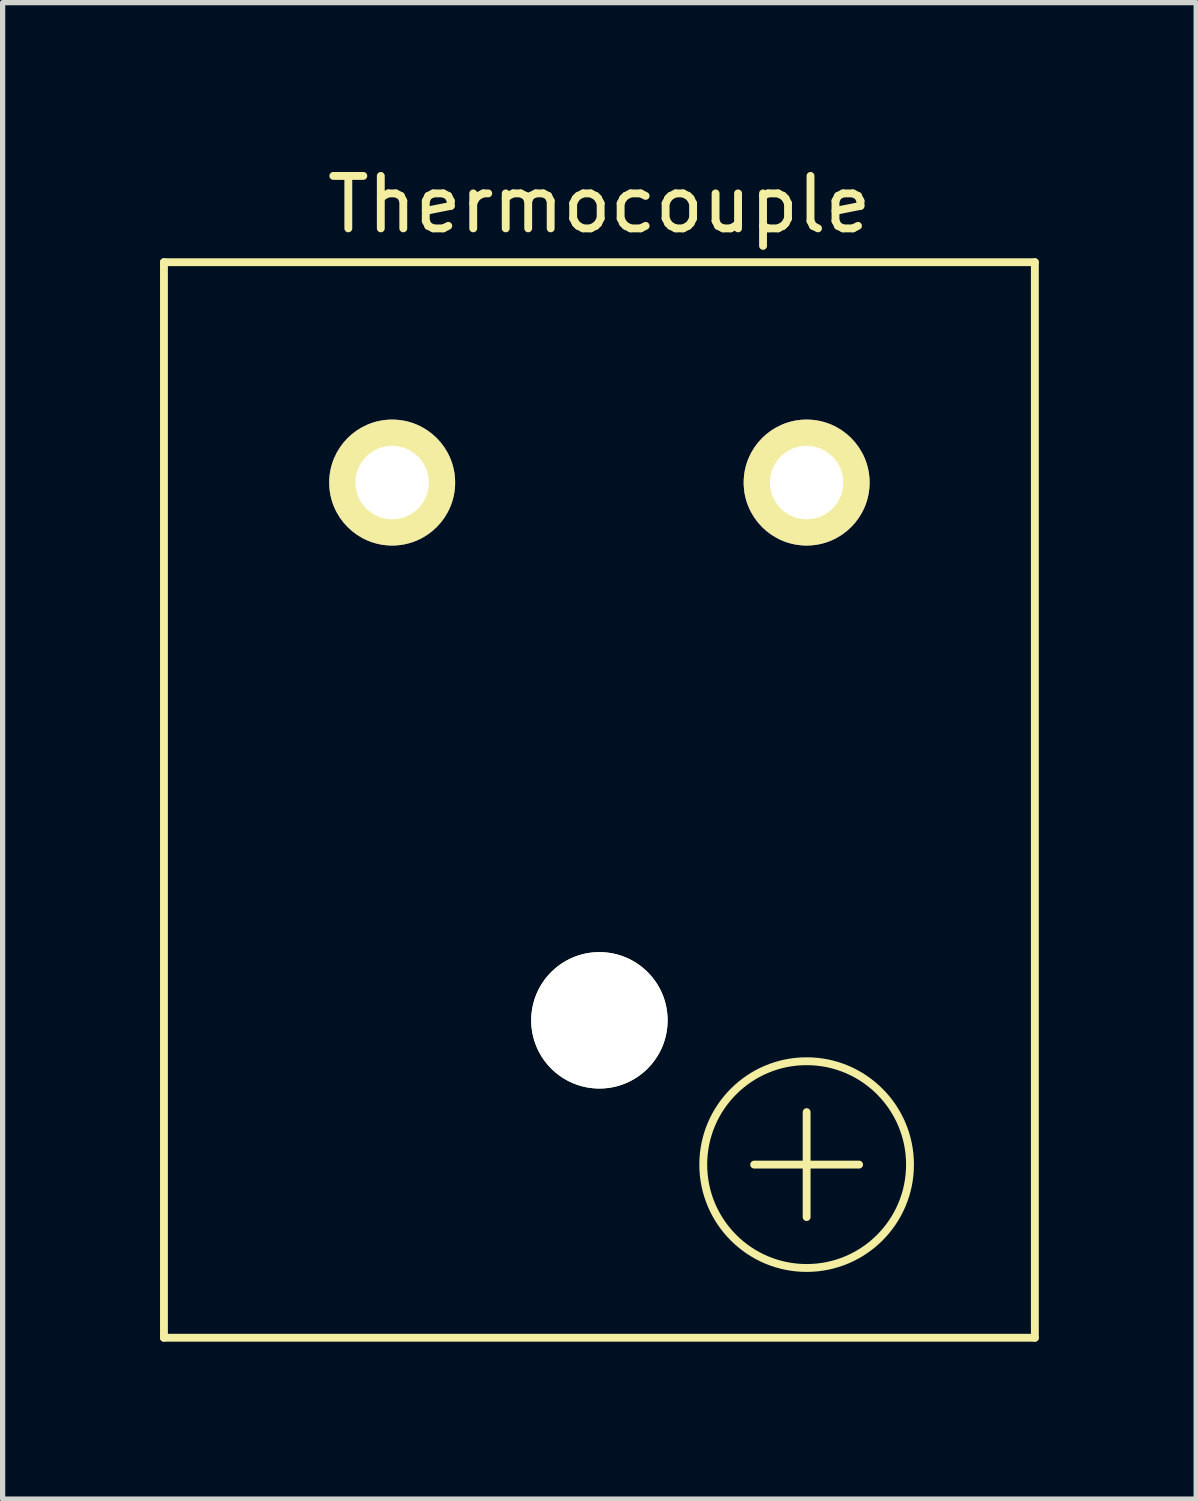
<source format=kicad_pcb>
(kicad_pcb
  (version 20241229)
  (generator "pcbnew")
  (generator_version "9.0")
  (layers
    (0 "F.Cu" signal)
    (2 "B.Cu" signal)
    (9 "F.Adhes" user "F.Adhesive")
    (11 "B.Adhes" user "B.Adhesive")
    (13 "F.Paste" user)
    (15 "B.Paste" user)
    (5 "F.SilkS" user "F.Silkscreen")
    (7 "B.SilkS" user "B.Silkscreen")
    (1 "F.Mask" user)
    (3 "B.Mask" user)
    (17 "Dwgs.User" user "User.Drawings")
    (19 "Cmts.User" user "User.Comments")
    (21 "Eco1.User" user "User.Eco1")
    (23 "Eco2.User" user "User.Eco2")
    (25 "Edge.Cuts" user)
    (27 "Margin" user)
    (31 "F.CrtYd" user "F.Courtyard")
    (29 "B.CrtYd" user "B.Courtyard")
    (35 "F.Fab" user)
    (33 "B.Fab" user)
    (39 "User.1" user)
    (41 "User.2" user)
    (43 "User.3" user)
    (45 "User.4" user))
  (footprint "Thermocouple"
    (layer "F.Cu")
    (at 8.375 6.148)
    (property "Reference" "Thermocouple" (at 0 -5.3 0) (layer "F.SilkS") (effects (font (size 1 1) (thickness 0.15))))
    (attr through_hole)
    (fp_line (start -8.3 -4.2) (end 8.3 -4.2) (stroke (width 0.15) (type solid)) (layer "F.SilkS"))
    (fp_line (start -8.3 16.3) (end -8.3 -4.2) (stroke (width 0.15) (type solid)) (layer "F.SilkS"))
    (fp_line (start 2.95 13) (end 4.95 13) (stroke (width 0.15) (type solid)) (layer "F.SilkS"))
    (fp_line (start 3.95 12) (end 3.95 14) (stroke (width 0.15) (type solid)) (layer "F.SilkS"))
    (fp_line (start 8.3 -4.2) (end 8.3 16.3) (stroke (width 0.15) (type solid)) (layer "F.SilkS"))
    (fp_line (start 8.3 16.3) (end -8.3 16.3) (stroke (width 0.15) (type solid)) (layer "F.SilkS"))
    (fp_circle (center 3.95 13) (end 5.1 14.6) (stroke (width 0.15) (type solid)) (fill no) (layer "F.SilkS"))
    (pad "" np_thru_hole circle (at 0 10.25) (size 2.6 2.6) (drill 2.6) (layers "*.Cu" "*.Mask" "F.SilkS"))
    (pad "1" thru_hole circle (at 3.95 0) (size 2.4 2.4) (drill 1.4) (layers "*.Cu" "*.Mask" "F.SilkS"))
    (pad "2" thru_hole circle (at -3.95 0) (size 2.4 2.4) (drill 1.4) (layers "*.Cu" "*.Mask" "F.SilkS")))
  (gr_rect
    (start -3 -3)
    (end 19.75 25.523)
    (stroke (width 0.1) (type default))
    (fill no)
    (layer "Edge.Cuts")))
</source>
